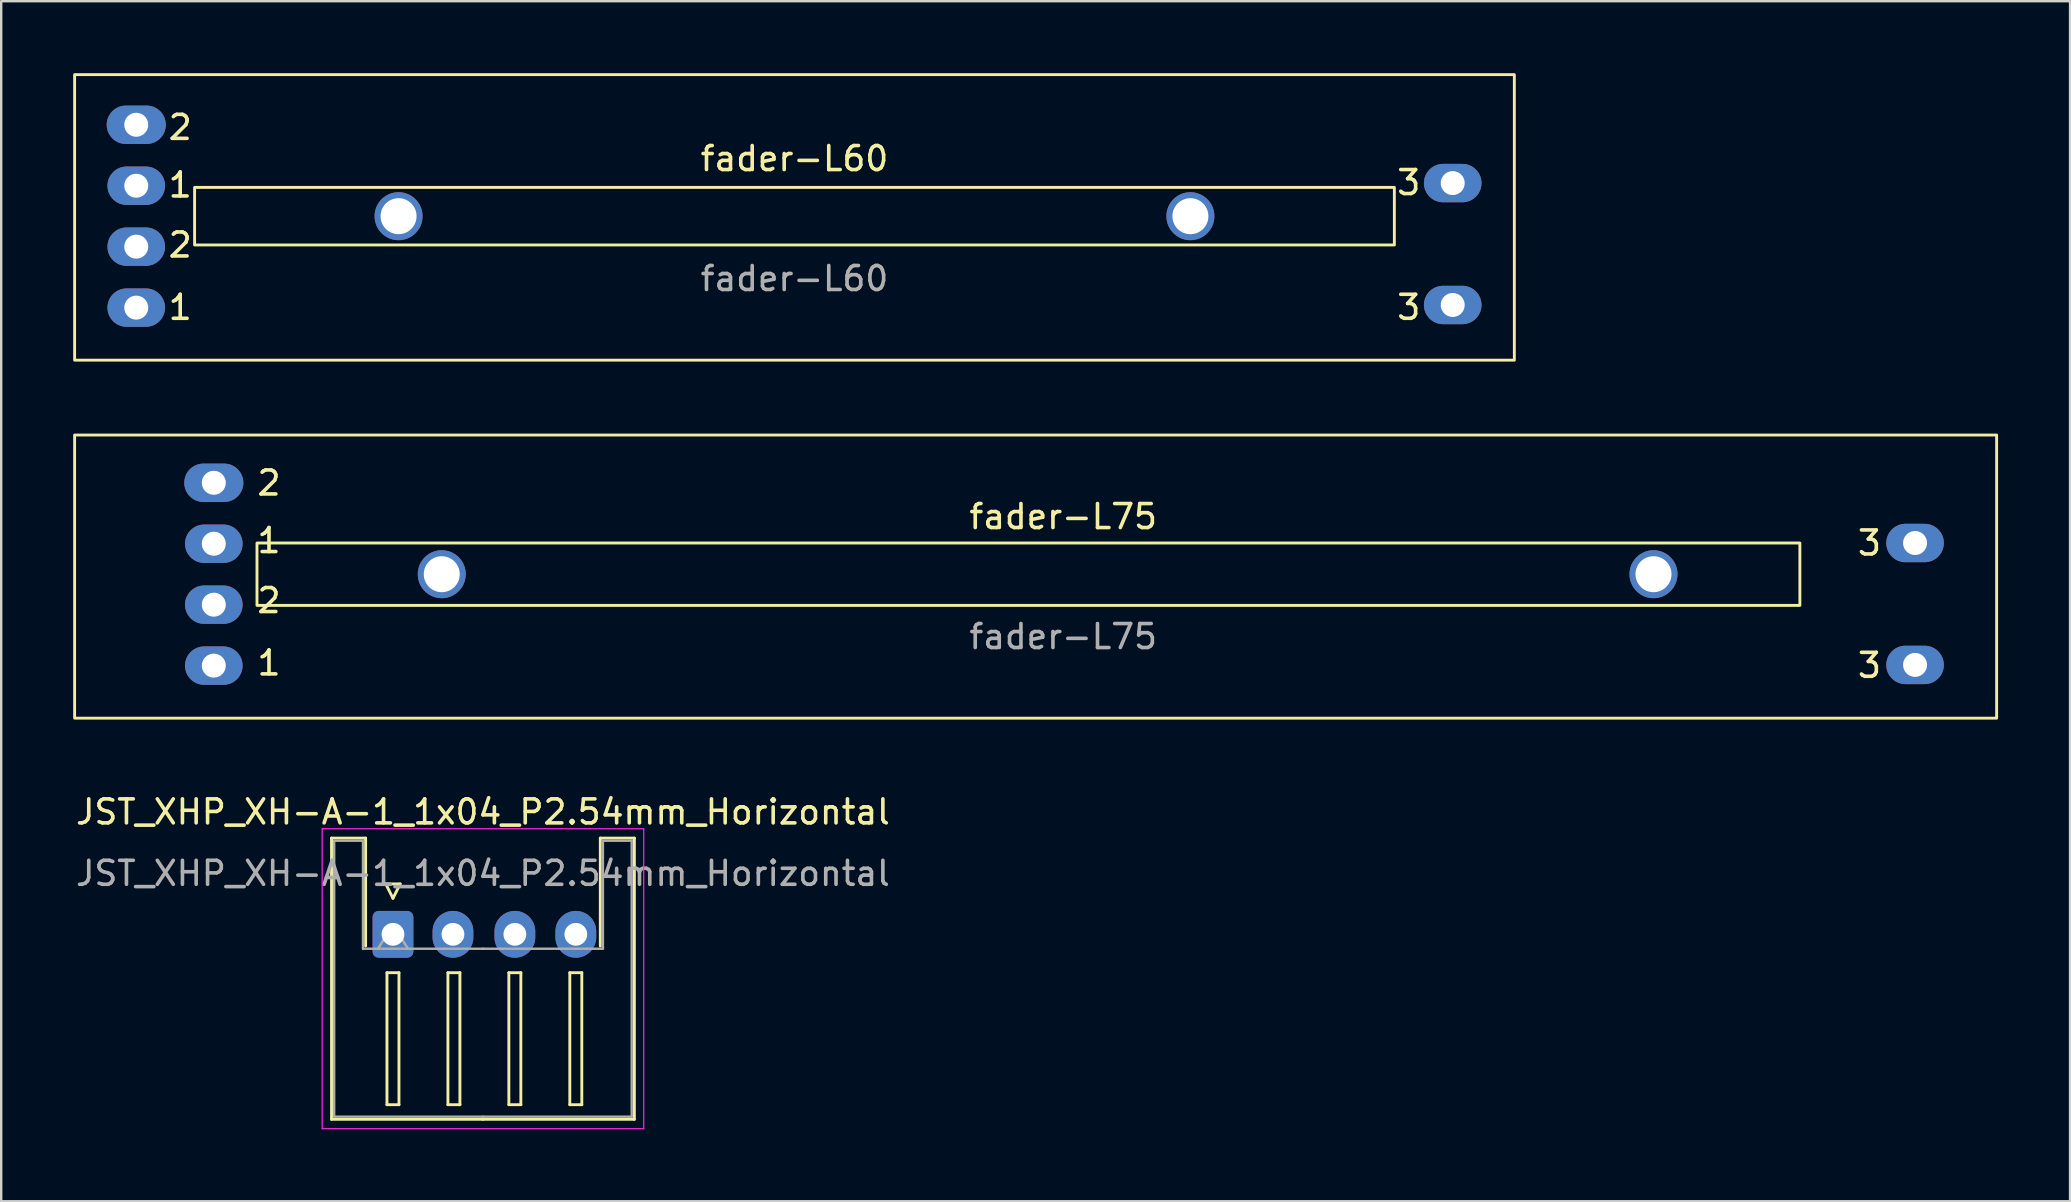
<source format=kicad_pcb>
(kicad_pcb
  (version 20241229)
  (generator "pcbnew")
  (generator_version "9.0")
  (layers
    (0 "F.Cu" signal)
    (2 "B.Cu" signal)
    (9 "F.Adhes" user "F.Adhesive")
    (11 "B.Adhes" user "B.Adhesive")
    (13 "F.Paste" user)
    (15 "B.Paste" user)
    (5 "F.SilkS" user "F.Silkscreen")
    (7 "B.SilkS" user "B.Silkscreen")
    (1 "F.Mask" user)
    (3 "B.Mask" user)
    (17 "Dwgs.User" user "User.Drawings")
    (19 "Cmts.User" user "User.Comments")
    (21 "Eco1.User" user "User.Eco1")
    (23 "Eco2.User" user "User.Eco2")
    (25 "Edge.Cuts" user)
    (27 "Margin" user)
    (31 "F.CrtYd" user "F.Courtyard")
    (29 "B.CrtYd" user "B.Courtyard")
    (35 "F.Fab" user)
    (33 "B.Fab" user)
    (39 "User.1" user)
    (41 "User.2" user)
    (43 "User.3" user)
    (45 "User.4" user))
  (footprint "fader-L60"
    (layer "F.Cu")
    (at 30.06 5.96)
    (property "Reference" "fader-L60" (at 0 -2.4 0) (unlocked yes) (layer "F.SilkS") (effects (font (size 1 1) (thickness 0.15))))
    (fp_rect (start -30 -5.9) (end 30 6) (stroke (width 0.12) (type solid)) (fill no) (layer "F.SilkS"))
    (fp_rect (start -25 -1.2) (end 25 1.2) (stroke (width 0.12) (type solid)) (fill no) (layer "F.SilkS"))
    (fp_text user "1" (at -25.6 -1.3 0) (unlocked yes) (layer "F.SilkS") (effects (font (size 1 1) (thickness 0.15))))
    (fp_text user "2" (at -25.6 1.2 0) (unlocked yes) (layer "F.SilkS") (effects (font (size 1 1) (thickness 0.15))))
    (fp_text user "3" (at 25.6 3.8 0) (unlocked yes) (layer "F.SilkS") (effects (font (size 1 1) (thickness 0.15))))
    (fp_text user "2" (at -25.6 -3.7 0) (unlocked yes) (layer "F.SilkS") (effects (font (size 1 1) (thickness 0.15))))
    (fp_text user "1" (at -25.6 3.8 0) (unlocked yes) (layer "F.SilkS") (effects (font (size 1 1) (thickness 0.15))))
    (fp_text user "3" (at 25.6 -1.4 0) (unlocked yes) (layer "F.SilkS") (effects (font (size 1 1) (thickness 0.15))))
    (fp_text user "${REFERENCE}" (at 0 2.6 0) (unlocked yes) (layer "F.Fab") (effects (font (size 1 1) (thickness 0.15))))
    (pad "" thru_hole circle (at -16.5 0) (size 2 2) (drill 1.5) (layers "*.Cu" "*.Mask"))
    (pad "" thru_hole circle (at 16.5 0) (size 2 2) (drill 1.5) (layers "*.Cu" "*.Mask"))
    (pad "1" thru_hole oval (at -27.432 -1.27) (size 2.4 1.6) (drill 1) (layers "*.Cu" "*.Mask"))
    (pad "1" thru_hole oval (at -27.432 3.81) (size 2.4 1.6) (drill 1) (layers "*.Cu" "*.Mask"))
    (pad "2" thru_hole oval (at -27.432 -3.81) (size 2.462 1.6) (drill 1) (layers "*.Cu" "*.Mask"))
    (pad "2" thru_hole oval (at -27.432 1.27) (size 2.4 1.6) (drill 1) (layers "*.Cu" "*.Mask"))
    (pad "3" thru_hole oval (at 27.432 -1.38) (size 2.4 1.6) (drill 1) (layers "*.Cu" "*.Mask"))
    (pad "3" thru_hole oval (at 27.432 3.7) (size 2.4 1.6) (drill 1) (layers "*.Cu" "*.Mask")))
  (footprint "JST_XHP_XH-A-1_1x04_P2.54mm_Horizontal"
    (layer "F.Cu")
    (at 13.327 35.888)
    (property "Reference" "JST_XHP_XH-A-1_1x04_P2.54mm_Horizontal" (at 3.75 -5.1 0) (layer "F.SilkS") (effects (font (size 1 1) (thickness 0.15))))
    (attr through_hole)
    (fp_line (start -2.56 -4.01) (end -1.14 -4.01) (stroke (width 0.12) (type solid)) (layer "F.SilkS"))
    (fp_line (start -2.56 7.71) (end -2.56 -4.01) (stroke (width 0.12) (type solid)) (layer "F.SilkS"))
    (fp_line (start -1.14 -4.01) (end -1.14 0.49) (stroke (width 0.12) (type solid)) (layer "F.SilkS"))
    (fp_line (start -0.3 -2.1) (end 0.3 -2.1) (stroke (width 0.12) (type solid)) (layer "F.SilkS"))
    (fp_line (start -0.25 1.6) (end -0.25 7.1) (stroke (width 0.12) (type solid)) (layer "F.SilkS"))
    (fp_line (start -0.25 7.1) (end 0.25 7.1) (stroke (width 0.12) (type solid)) (layer "F.SilkS"))
    (fp_line (start 0 -1.5) (end -0.3 -2.1) (stroke (width 0.12) (type solid)) (layer "F.SilkS"))
    (fp_line (start 0.25 1.6) (end -0.25 1.6) (stroke (width 0.12) (type solid)) (layer "F.SilkS"))
    (fp_line (start 0.25 7.1) (end 0.25 1.6) (stroke (width 0.12) (type solid)) (layer "F.SilkS"))
    (fp_line (start 0.3 -2.1) (end 0 -1.5) (stroke (width 0.12) (type solid)) (layer "F.SilkS"))
    (fp_line (start 2.29 1.6) (end 2.29 7.1) (stroke (width 0.12) (type solid)) (layer "F.SilkS"))
    (fp_line (start 2.29 7.1) (end 2.79 7.1) (stroke (width 0.12) (type solid)) (layer "F.SilkS"))
    (fp_line (start 2.79 1.6) (end 2.29 1.6) (stroke (width 0.12) (type solid)) (layer "F.SilkS"))
    (fp_line (start 2.79 7.1) (end 2.79 1.6) (stroke (width 0.12) (type solid)) (layer "F.SilkS"))
    (fp_line (start 3.75 7.71) (end -2.56 7.71) (stroke (width 0.12) (type solid)) (layer "F.SilkS"))
    (fp_line (start 3.75 7.71) (end 10.06 7.71) (stroke (width 0.12) (type solid)) (layer "F.SilkS"))
    (fp_line (start 4.83 1.6) (end 4.83 7.1) (stroke (width 0.12) (type solid)) (layer "F.SilkS"))
    (fp_line (start 4.83 7.1) (end 5.33 7.1) (stroke (width 0.12) (type solid)) (layer "F.SilkS"))
    (fp_line (start 5.33 1.6) (end 4.83 1.6) (stroke (width 0.12) (type solid)) (layer "F.SilkS"))
    (fp_line (start 5.33 7.1) (end 5.33 1.6) (stroke (width 0.12) (type solid)) (layer "F.SilkS"))
    (fp_line (start 7.37 1.6) (end 7.37 7.1) (stroke (width 0.12) (type solid)) (layer "F.SilkS"))
    (fp_line (start 7.37 7.1) (end 7.87 7.1) (stroke (width 0.12) (type solid)) (layer "F.SilkS"))
    (fp_line (start 7.87 1.6) (end 7.37 1.6) (stroke (width 0.12) (type solid)) (layer "F.SilkS"))
    (fp_line (start 7.87 7.1) (end 7.87 1.6) (stroke (width 0.12) (type solid)) (layer "F.SilkS"))
    (fp_line (start 8.64 -4.01) (end 8.64 0.49) (stroke (width 0.12) (type solid)) (layer "F.SilkS"))
    (fp_line (start 10.06 -4.01) (end 8.64 -4.01) (stroke (width 0.12) (type solid)) (layer "F.SilkS"))
    (fp_line (start 10.06 7.71) (end 10.06 -4.01) (stroke (width 0.12) (type solid)) (layer "F.SilkS"))
    (fp_line (start -2.95 -4.4) (end -2.95 8.1) (stroke (width 0.05) (type solid)) (layer "F.CrtYd"))
    (fp_line (start -2.95 8.1) (end 10.45 8.1) (stroke (width 0.05) (type solid)) (layer "F.CrtYd"))
    (fp_line (start 10.45 -4.4) (end -2.95 -4.4) (stroke (width 0.05) (type solid)) (layer "F.CrtYd"))
    (fp_line (start 10.45 8.1) (end 10.45 -4.4) (stroke (width 0.05) (type solid)) (layer "F.CrtYd"))
    (fp_line (start -2.45 -3.9) (end -1.25 -3.9) (stroke (width 0.1) (type solid)) (layer "F.Fab"))
    (fp_line (start -2.45 7.6) (end -2.45 -3.9) (stroke (width 0.1) (type solid)) (layer "F.Fab"))
    (fp_line (start -1.25 -3.9) (end -1.25 0.6) (stroke (width 0.1) (type solid)) (layer "F.Fab"))
    (fp_line (start -1.25 0.6) (end 3.75 0.6) (stroke (width 0.1) (type solid)) (layer "F.Fab"))
    (fp_line (start -0.625 0.6) (end 0 -0.4) (stroke (width 0.1) (type solid)) (layer "F.Fab"))
    (fp_line (start 0 -0.4) (end 0.625 0.6) (stroke (width 0.1) (type solid)) (layer "F.Fab"))
    (fp_line (start 3.75 7.6) (end -2.45 7.6) (stroke (width 0.1) (type solid)) (layer "F.Fab"))
    (fp_line (start 3.75 7.6) (end 9.95 7.6) (stroke (width 0.1) (type solid)) (layer "F.Fab"))
    (fp_line (start 8.75 -3.9) (end 8.75 0.6) (stroke (width 0.1) (type solid)) (layer "F.Fab"))
    (fp_line (start 8.75 0.6) (end 3.75 0.6) (stroke (width 0.1) (type solid)) (layer "F.Fab"))
    (fp_line (start 9.95 -3.9) (end 8.75 -3.9) (stroke (width 0.1) (type solid)) (layer "F.Fab"))
    (fp_line (start 9.95 7.6) (end 9.95 -3.9) (stroke (width 0.1) (type solid)) (layer "F.Fab"))
    (fp_text user "${REFERENCE}" (at 3.75 -2.54 0) (layer "F.Fab") (effects (font (size 1 1) (thickness 0.15))))
    (pad "1" thru_hole roundrect (at 0 0) (size 1.7 1.95) (drill 0.95) (layers "*.Cu" "*.Mask") (roundrect_rratio 0.147))
    (pad "2" thru_hole oval (at 2.5 0) (size 1.7 1.95) (drill 0.95) (layers "*.Cu" "*.Mask"))
    (pad "3" thru_hole oval (at 5.08 0) (size 1.7 1.95) (drill 0.95) (layers "*.Cu" "*.Mask"))
    (pad "4" thru_hole oval (at 7.62 0) (size 1.7 1.95) (drill 0.95) (layers "*.Cu" "*.Mask")))
  (footprint "fader-L75"
    (layer "F.Cu")
    (at 41.26 20.88)
    (property "Reference" "fader-L75" (at 0 -2.4 0) (unlocked yes) (layer "F.SilkS") (effects (font (size 1 1) (thickness 0.15))))
    (fp_rect (start -41.2 -5.8) (end 38.9 6) (stroke (width 0.12) (type solid)) (fill no) (layer "F.SilkS"))
    (fp_rect (start -33.6 -1.3) (end 30.7 1.3) (stroke (width 0.12) (type solid)) (fill no) (layer "F.SilkS"))
    (fp_text user "3" (at 33.6 -1.3 0) (unlocked yes) (layer "F.SilkS") (effects (font (size 1 1) (thickness 0.15))))
    (fp_text user "1" (at -33.1 -1.4 0) (unlocked yes) (layer "F.SilkS") (effects (font (size 1 1) (thickness 0.15))))
    (fp_text user "1" (at -33.1 3.7 0) (unlocked yes) (layer "F.SilkS") (effects (font (size 1 1) (thickness 0.15))))
    (fp_text user "3" (at 33.6 3.8 0) (unlocked yes) (layer "F.SilkS") (effects (font (size 1 1) (thickness 0.15))))
    (fp_text user "2" (at -33.1 1.1 0) (unlocked yes) (layer "F.SilkS") (effects (font (size 1 1) (thickness 0.15))))
    (fp_text user "2" (at -33.1 -3.8 0) (unlocked yes) (layer "F.SilkS") (effects (font (size 1 1) (thickness 0.15))))
    (fp_text user "${REFERENCE}" (at 0 2.6 0) (unlocked yes) (layer "F.Fab") (effects (font (size 1 1) (thickness 0.15))))
    (pad "" thru_hole circle (at -25.9 0) (size 2 2) (drill 1.5) (layers "*.Cu" "*.Mask"))
    (pad "" thru_hole circle (at 24.6 0) (size 2 2) (drill 1.5) (layers "*.Cu" "*.Mask"))
    (pad "1" thru_hole oval (at -35.4 -1.27) (size 2.4 1.6) (drill 1) (layers "*.Cu" "*.Mask"))
    (pad "1" thru_hole oval (at -35.4 3.81) (size 2.4 1.6) (drill 1) (layers "*.Cu" "*.Mask"))
    (pad "2" thru_hole oval (at -35.4 -3.81) (size 2.462 1.6) (drill 1) (layers "*.Cu" "*.Mask"))
    (pad "2" thru_hole oval (at -35.4 1.27) (size 2.4 1.6) (drill 1) (layers "*.Cu" "*.Mask"))
    (pad "3" thru_hole oval (at 35.5 -1.3) (size 2.4 1.6) (drill 1) (layers "*.Cu" "*.Mask"))
    (pad "3" thru_hole oval (at 35.5 3.78) (size 2.4 1.6) (drill 1) (layers "*.Cu" "*.Mask")))
  (gr_rect
    (start -3 -3)
    (end 83.22 47.013)
    (stroke (width 0.1) (type default))
    (fill no)
    (layer "Edge.Cuts")))
</source>
